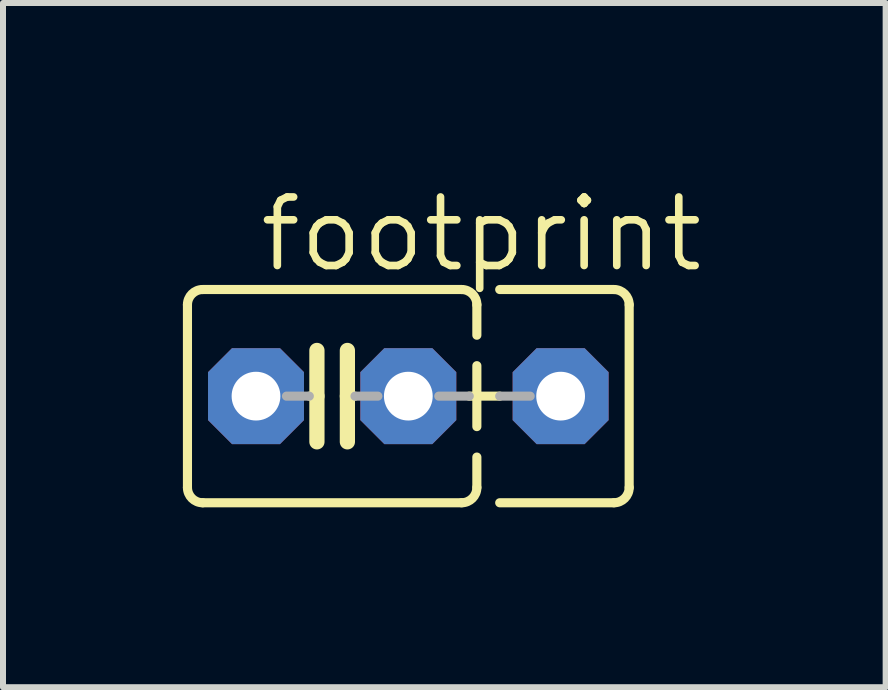
<source format=kicad_pcb>
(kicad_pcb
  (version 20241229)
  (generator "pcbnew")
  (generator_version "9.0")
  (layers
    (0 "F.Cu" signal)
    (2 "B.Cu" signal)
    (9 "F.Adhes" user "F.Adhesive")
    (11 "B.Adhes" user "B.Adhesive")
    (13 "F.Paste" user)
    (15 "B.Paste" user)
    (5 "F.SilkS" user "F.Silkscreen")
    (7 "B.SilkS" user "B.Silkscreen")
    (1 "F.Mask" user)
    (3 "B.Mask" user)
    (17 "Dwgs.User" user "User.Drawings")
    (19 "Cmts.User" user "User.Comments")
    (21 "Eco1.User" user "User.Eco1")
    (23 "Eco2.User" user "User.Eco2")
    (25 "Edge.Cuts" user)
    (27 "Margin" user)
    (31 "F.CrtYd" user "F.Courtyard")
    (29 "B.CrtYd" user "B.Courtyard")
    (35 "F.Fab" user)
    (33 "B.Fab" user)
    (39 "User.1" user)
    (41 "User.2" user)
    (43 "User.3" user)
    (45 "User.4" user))
  (footprint "footprint"
    (layer "F.Cu")
    (at 2.489 3.556)
    (property "Reference" "footprint" (at -1.27 -2.032 0) (layer "F.SilkS") (effects (font (size 1.143 1.143) (thickness 0.127)) (justify left bottom)))
    (fp_line (start -2.413 -1.524) (end -2.413 1.524) (stroke (width 0.152) (type solid)) (layer "F.SilkS"))
    (fp_line (start -2.159 -1.778) (end 2.159 -1.778) (stroke (width 0.152) (type solid)) (layer "F.SilkS"))
    (fp_line (start -0.254 -0.762) (end -0.254 0) (stroke (width 0.254) (type solid)) (layer "F.SilkS"))
    (fp_line (start -0.254 0) (end -0.381 0) (stroke (width 0.152) (type solid)) (layer "F.SilkS"))
    (fp_line (start -0.254 0) (end -0.254 0.762) (stroke (width 0.254) (type solid)) (layer "F.SilkS"))
    (fp_line (start 0.254 0) (end 0.254 -0.762) (stroke (width 0.254) (type solid)) (layer "F.SilkS"))
    (fp_line (start 0.254 0) (end 0.254 0.762) (stroke (width 0.254) (type solid)) (layer "F.SilkS"))
    (fp_line (start 0.381 0) (end 0.254 0) (stroke (width 0.152) (type solid)) (layer "F.SilkS"))
    (fp_line (start 2.159 1.778) (end -2.159 1.778) (stroke (width 0.152) (type solid)) (layer "F.SilkS"))
    (fp_line (start 2.286 0) (end 2.794 0) (stroke (width 0.152) (type solid)) (layer "F.SilkS"))
    (fp_line (start 2.413 -1.524) (end 2.413 -1.016) (stroke (width 0.152) (type solid)) (layer "F.SilkS"))
    (fp_line (start 2.413 -0.508) (end 2.413 0.508) (stroke (width 0.152) (type solid)) (layer "F.SilkS"))
    (fp_line (start 2.413 1.016) (end 2.413 1.524) (stroke (width 0.152) (type solid)) (layer "F.SilkS"))
    (fp_line (start 2.794 -1.778) (end 4.699 -1.778) (stroke (width 0.152) (type solid)) (layer "F.SilkS"))
    (fp_line (start 4.699 1.778) (end 2.794 1.778) (stroke (width 0.152) (type solid)) (layer "F.SilkS"))
    (fp_line (start 4.953 -1.524) (end 4.953 1.524) (stroke (width 0.152) (type solid)) (layer "F.SilkS"))
    (fp_arc (start -2.413 -1.524) (mid -2.338605 -1.703605) (end -2.159 -1.778) (stroke (width 0.1524) (type solid)) (layer "F.SilkS"))
    (fp_arc (start -2.159 1.778) (mid -2.338605 1.703605) (end -2.413 1.524) (stroke (width 0.1524) (type solid)) (layer "F.SilkS"))
    (fp_arc (start 2.159 -1.778) (mid 2.338605 -1.703605) (end 2.413 -1.524) (stroke (width 0.1524) (type solid)) (layer "F.SilkS"))
    (fp_arc (start 2.413 1.524) (mid 2.338605 1.703605) (end 2.159 1.778) (stroke (width 0.1524) (type solid)) (layer "F.SilkS"))
    (fp_arc (start 4.699 -1.778) (mid 4.878605 -1.703605) (end 4.953 -1.524) (stroke (width 0.1524) (type solid)) (layer "F.SilkS"))
    (fp_arc (start 4.953 1.524) (mid 4.878605 1.703605) (end 4.699 1.778) (stroke (width 0.1524) (type solid)) (layer "F.SilkS"))
    (fp_line (start -0.381 0) (end -0.762 0) (stroke (width 0.152) (type solid)) (layer "F.Fab"))
    (fp_line (start 0.381 0) (end 0.762 0) (stroke (width 0.152) (type solid)) (layer "F.Fab"))
    (fp_line (start 1.778 0) (end 2.286 0) (stroke (width 0.152) (type solid)) (layer "F.Fab"))
    (fp_line (start 2.794 0) (end 3.302 0) (stroke (width 0.152) (type solid)) (layer "F.Fab"))
    (pad "1" thru_hole roundrect (at -1.27 0) (size 1.6 1.6) (drill 0.813) (layers "*.Cu" "*.Mask") (roundrect_rratio 0.25) (chamfer_ratio 0.25) (chamfer top_left top_right bottom_left bottom_right))
    (pad "2" thru_hole roundrect (at 1.27 0) (size 1.6 1.6) (drill 0.813) (layers "*.Cu" "*.Mask") (roundrect_rratio 0.25) (chamfer_ratio 0.25) (chamfer top_left top_right bottom_left bottom_right))
    (pad "3" thru_hole roundrect (at 3.81 0) (size 1.6 1.6) (drill 0.813) (layers "*.Cu" "*.Mask") (roundrect_rratio 0.25) (chamfer_ratio 0.25) (chamfer top_left top_right bottom_left bottom_right)))
  (gr_rect
    (start -3 -3)
    (end 11.719 8.41)
    (stroke (width 0.1) (type default))
    (fill no)
    (layer "Edge.Cuts")))
</source>
